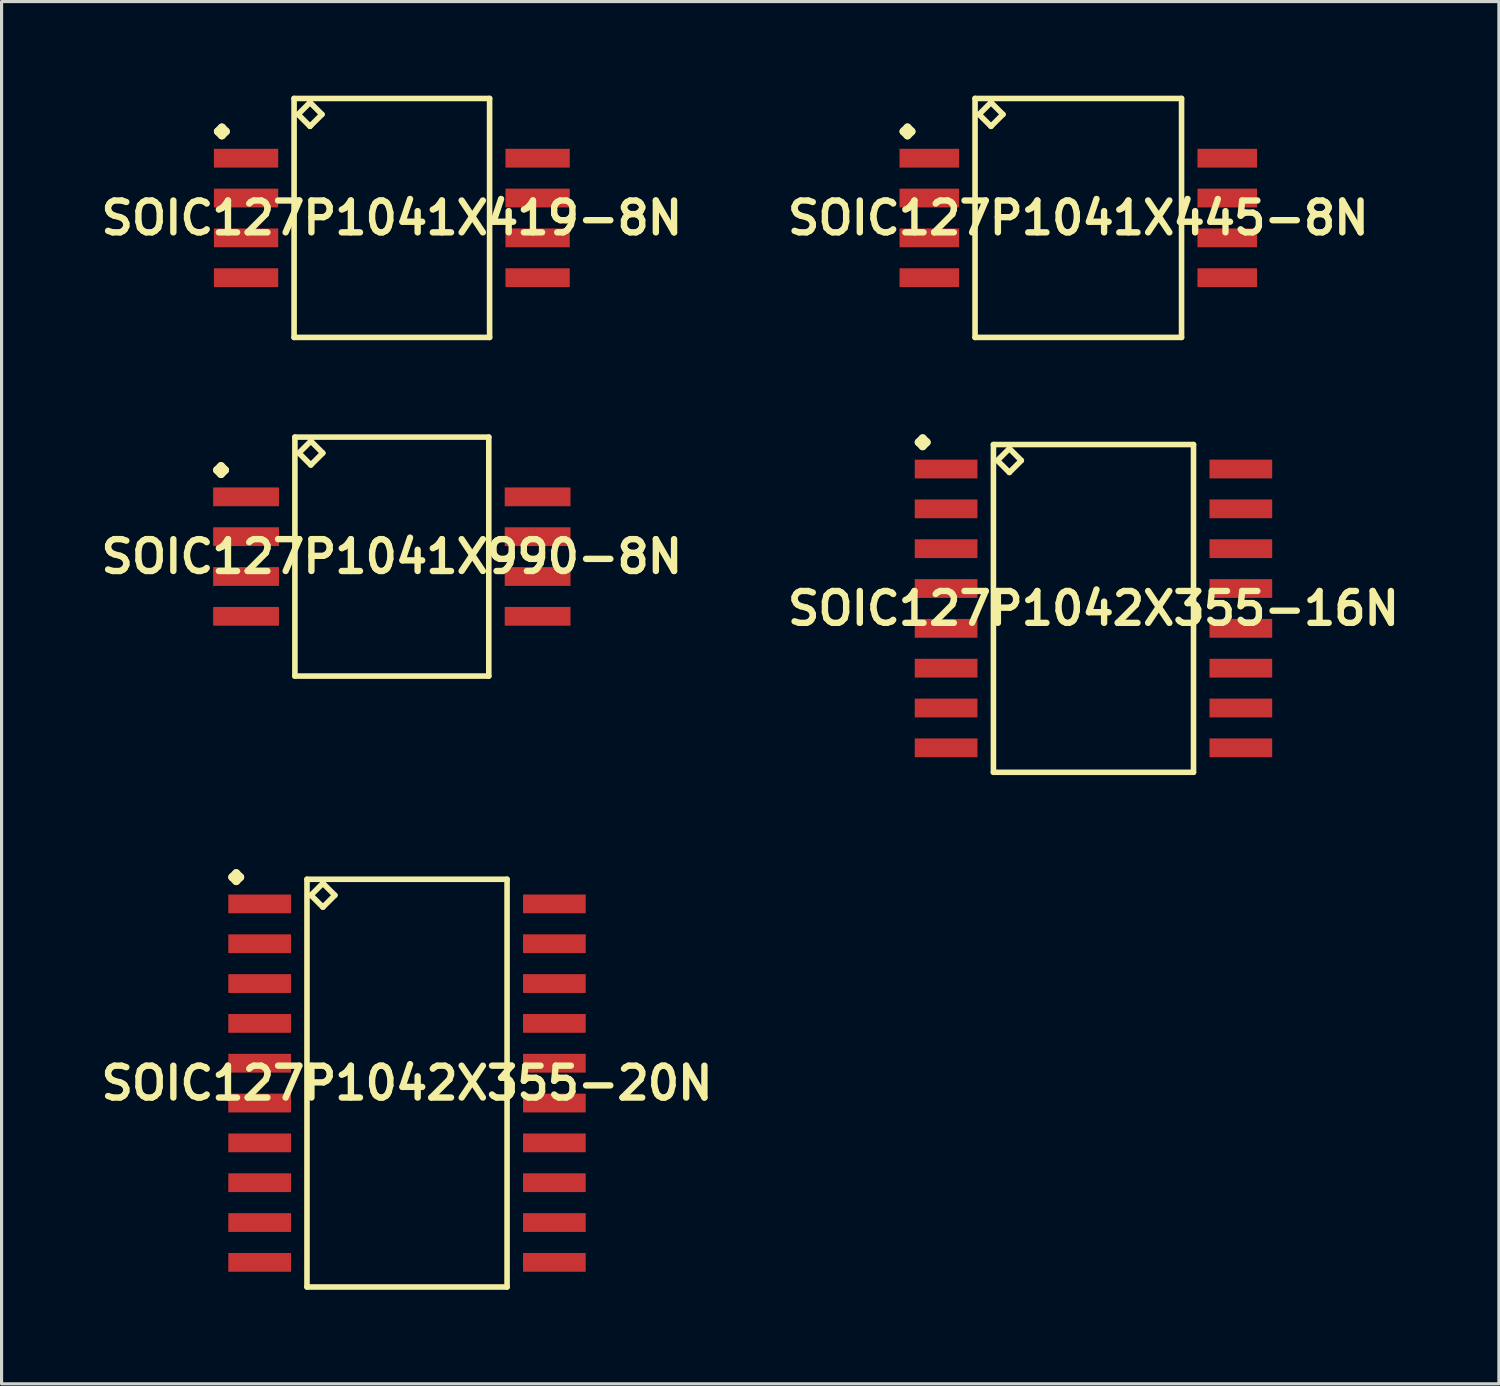
<source format=kicad_pcb>
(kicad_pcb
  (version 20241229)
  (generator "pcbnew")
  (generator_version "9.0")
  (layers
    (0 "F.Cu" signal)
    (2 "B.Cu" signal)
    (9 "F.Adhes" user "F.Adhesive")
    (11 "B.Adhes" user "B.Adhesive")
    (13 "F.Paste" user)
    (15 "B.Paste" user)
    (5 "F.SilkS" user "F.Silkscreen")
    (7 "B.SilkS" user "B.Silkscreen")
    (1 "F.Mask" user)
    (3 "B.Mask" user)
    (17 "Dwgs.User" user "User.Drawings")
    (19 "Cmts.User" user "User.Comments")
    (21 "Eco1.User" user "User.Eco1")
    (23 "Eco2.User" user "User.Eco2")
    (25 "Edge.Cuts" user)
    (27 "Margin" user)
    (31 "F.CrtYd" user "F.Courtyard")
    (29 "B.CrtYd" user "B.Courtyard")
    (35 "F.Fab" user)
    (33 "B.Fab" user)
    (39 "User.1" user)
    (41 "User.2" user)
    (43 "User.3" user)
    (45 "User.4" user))
  (footprint "SOIC127P1041X419-8N"
    (layer "F.Cu")
    (at 9.444 3.899)
    (property "Reference" "SOIC127P1041X419-8N" (at 0 0 0) (layer "F.SilkS") (effects (font (size 1.016 1.016) (thickness 0.203))))
    (attr smd)
    (fp_line (start -5.547 -2.758) (end -5.42 -2.885) (stroke (width 0.254) (type solid)) (layer "F.SilkS"))
    (fp_line (start -5.42 -2.885) (end -5.293 -2.758) (stroke (width 0.254) (type solid)) (layer "F.SilkS"))
    (fp_line (start -5.42 -2.631) (end -5.547 -2.758) (stroke (width 0.254) (type solid)) (layer "F.SilkS"))
    (fp_line (start -5.293 -2.758) (end -5.42 -2.631) (stroke (width 0.254) (type solid)) (layer "F.SilkS"))
    (fp_line (start -3.117 -3.81) (end -3.117 3.81) (stroke (width 0.178) (type solid)) (layer "F.SilkS"))
    (fp_line (start -3.117 3.81) (end 3.117 3.81) (stroke (width 0.178) (type solid)) (layer "F.SilkS"))
    (fp_line (start -2.99 -3.302) (end -2.609 -3.683) (stroke (width 0.178) (type solid)) (layer "F.SilkS"))
    (fp_line (start -2.609 -3.683) (end -2.228 -3.302) (stroke (width 0.178) (type solid)) (layer "F.SilkS"))
    (fp_line (start -2.609 -2.921) (end -2.99 -3.302) (stroke (width 0.178) (type solid)) (layer "F.SilkS"))
    (fp_line (start -2.228 -3.302) (end -2.609 -2.921) (stroke (width 0.178) (type solid)) (layer "F.SilkS"))
    (fp_line (start 3.117 -3.81) (end -3.117 -3.81) (stroke (width 0.178) (type solid)) (layer "F.SilkS"))
    (fp_line (start 3.117 3.81) (end 3.117 -3.81) (stroke (width 0.178) (type solid)) (layer "F.SilkS"))
    (pad "1" smd rect (at -4.648 -1.905) (size 2.05 0.599) (layers "F.Cu" "F.Mask" "F.Paste"))
    (pad "2" smd rect (at -4.648 -0.635) (size 2.05 0.599) (layers "F.Cu" "F.Mask" "F.Paste"))
    (pad "3" smd rect (at -4.648 0.635) (size 2.05 0.599) (layers "F.Cu" "F.Mask" "F.Paste"))
    (pad "4" smd rect (at -4.648 1.905) (size 2.05 0.599) (layers "F.Cu" "F.Mask" "F.Paste"))
    (pad "5" smd rect (at 4.648 1.905) (size 2.05 0.599) (layers "F.Cu" "F.Mask" "F.Paste"))
    (pad "6" smd rect (at 4.648 0.635) (size 2.05 0.599) (layers "F.Cu" "F.Mask" "F.Paste"))
    (pad "7" smd rect (at 4.648 -0.635) (size 2.05 0.599) (layers "F.Cu" "F.Mask" "F.Paste"))
    (pad "8" smd rect (at 4.648 -1.905) (size 2.05 0.599) (layers "F.Cu" "F.Mask" "F.Paste")))
  (footprint "SOIC127P1042X355-20N"
    (layer "F.Cu")
    (at 9.928 31.486)
    (property "Reference" "SOIC127P1042X355-20N" (at 0 0 0) (layer "F.SilkS") (effects (font (size 1.016 1.016) (thickness 0.203))))
    (attr smd)
    (fp_line (start -5.573 -6.568) (end -5.446 -6.695) (stroke (width 0.254) (type solid)) (layer "F.SilkS"))
    (fp_line (start -5.446 -6.695) (end -5.319 -6.568) (stroke (width 0.254) (type solid)) (layer "F.SilkS"))
    (fp_line (start -5.446 -6.441) (end -5.573 -6.568) (stroke (width 0.254) (type solid)) (layer "F.SilkS"))
    (fp_line (start -5.319 -6.568) (end -5.446 -6.441) (stroke (width 0.254) (type solid)) (layer "F.SilkS"))
    (fp_line (start -3.19 -6.5) (end -3.19 6.5) (stroke (width 0.178) (type solid)) (layer "F.SilkS"))
    (fp_line (start -3.19 6.5) (end 3.19 6.5) (stroke (width 0.178) (type solid)) (layer "F.SilkS"))
    (fp_line (start -3.063 -5.992) (end -2.682 -6.373) (stroke (width 0.178) (type solid)) (layer "F.SilkS"))
    (fp_line (start -2.682 -6.373) (end -2.301 -5.992) (stroke (width 0.178) (type solid)) (layer "F.SilkS"))
    (fp_line (start -2.682 -5.611) (end -3.063 -5.992) (stroke (width 0.178) (type solid)) (layer "F.SilkS"))
    (fp_line (start -2.301 -5.992) (end -2.682 -5.611) (stroke (width 0.178) (type solid)) (layer "F.SilkS"))
    (fp_line (start 3.19 -6.5) (end -3.19 -6.5) (stroke (width 0.178) (type solid)) (layer "F.SilkS"))
    (fp_line (start 3.19 6.5) (end 3.19 -6.5) (stroke (width 0.178) (type solid)) (layer "F.SilkS"))
    (pad "1" smd rect (at -4.699 -5.715) (size 1.999 0.599) (layers "F.Cu" "F.Mask" "F.Paste"))
    (pad "2" smd rect (at -4.699 -4.445) (size 1.999 0.599) (layers "F.Cu" "F.Mask" "F.Paste"))
    (pad "3" smd rect (at -4.699 -3.175) (size 1.999 0.599) (layers "F.Cu" "F.Mask" "F.Paste"))
    (pad "4" smd rect (at -4.699 -1.905) (size 1.999 0.599) (layers "F.Cu" "F.Mask" "F.Paste"))
    (pad "5" smd rect (at -4.699 -0.635) (size 1.999 0.599) (layers "F.Cu" "F.Mask" "F.Paste"))
    (pad "6" smd rect (at -4.699 0.635) (size 1.999 0.599) (layers "F.Cu" "F.Mask" "F.Paste"))
    (pad "7" smd rect (at -4.699 1.905) (size 1.999 0.599) (layers "F.Cu" "F.Mask" "F.Paste"))
    (pad "8" smd rect (at -4.699 3.175) (size 1.999 0.599) (layers "F.Cu" "F.Mask" "F.Paste"))
    (pad "9" smd rect (at -4.699 4.445) (size 1.999 0.599) (layers "F.Cu" "F.Mask" "F.Paste"))
    (pad "10" smd rect (at -4.699 5.715) (size 1.999 0.599) (layers "F.Cu" "F.Mask" "F.Paste"))
    (pad "11" smd rect (at 4.699 5.715) (size 1.999 0.599) (layers "F.Cu" "F.Mask" "F.Paste"))
    (pad "12" smd rect (at 4.699 4.445) (size 1.999 0.599) (layers "F.Cu" "F.Mask" "F.Paste"))
    (pad "13" smd rect (at 4.699 3.175) (size 1.999 0.599) (layers "F.Cu" "F.Mask" "F.Paste"))
    (pad "14" smd rect (at 4.699 1.905) (size 1.999 0.599) (layers "F.Cu" "F.Mask" "F.Paste"))
    (pad "15" smd rect (at 4.699 0.635) (size 1.999 0.599) (layers "F.Cu" "F.Mask" "F.Paste"))
    (pad "16" smd rect (at 4.699 -0.635) (size 1.999 0.599) (layers "F.Cu" "F.Mask" "F.Paste"))
    (pad "17" smd rect (at 4.699 -1.905) (size 1.999 0.599) (layers "F.Cu" "F.Mask" "F.Paste"))
    (pad "18" smd rect (at 4.699 -3.175) (size 1.999 0.599) (layers "F.Cu" "F.Mask" "F.Paste"))
    (pad "19" smd rect (at 4.699 -4.445) (size 1.999 0.599) (layers "F.Cu" "F.Mask" "F.Paste"))
    (pad "20" smd rect (at 4.699 -5.715) (size 1.999 0.599) (layers "F.Cu" "F.Mask" "F.Paste")))
  (footprint "SOIC127P1042X355-16N"
    (layer "F.Cu")
    (at 31.816 16.35)
    (property "Reference" "SOIC127P1042X355-16N" (at 0 0 0) (layer "F.SilkS") (effects (font (size 1.016 1.016) (thickness 0.203))))
    (attr smd)
    (fp_line (start -5.573 -5.298) (end -5.446 -5.425) (stroke (width 0.254) (type solid)) (layer "F.SilkS"))
    (fp_line (start -5.446 -5.425) (end -5.319 -5.298) (stroke (width 0.254) (type solid)) (layer "F.SilkS"))
    (fp_line (start -5.446 -5.171) (end -5.573 -5.298) (stroke (width 0.254) (type solid)) (layer "F.SilkS"))
    (fp_line (start -5.319 -5.298) (end -5.446 -5.171) (stroke (width 0.254) (type solid)) (layer "F.SilkS"))
    (fp_line (start -3.19 -5.225) (end -3.19 5.225) (stroke (width 0.178) (type solid)) (layer "F.SilkS"))
    (fp_line (start -3.19 5.225) (end 3.19 5.225) (stroke (width 0.178) (type solid)) (layer "F.SilkS"))
    (fp_line (start -3.063 -4.717) (end -2.682 -5.098) (stroke (width 0.178) (type solid)) (layer "F.SilkS"))
    (fp_line (start -2.682 -5.098) (end -2.301 -4.717) (stroke (width 0.178) (type solid)) (layer "F.SilkS"))
    (fp_line (start -2.682 -4.336) (end -3.063 -4.717) (stroke (width 0.178) (type solid)) (layer "F.SilkS"))
    (fp_line (start -2.301 -4.717) (end -2.682 -4.336) (stroke (width 0.178) (type solid)) (layer "F.SilkS"))
    (fp_line (start 3.19 -5.225) (end -3.19 -5.225) (stroke (width 0.178) (type solid)) (layer "F.SilkS"))
    (fp_line (start 3.19 5.225) (end 3.19 -5.225) (stroke (width 0.178) (type solid)) (layer "F.SilkS"))
    (pad "1" smd rect (at -4.699 -4.445) (size 1.999 0.599) (layers "F.Cu" "F.Mask" "F.Paste"))
    (pad "2" smd rect (at -4.699 -3.175) (size 1.999 0.599) (layers "F.Cu" "F.Mask" "F.Paste"))
    (pad "3" smd rect (at -4.699 -1.905) (size 1.999 0.599) (layers "F.Cu" "F.Mask" "F.Paste"))
    (pad "4" smd rect (at -4.699 -0.635) (size 1.999 0.599) (layers "F.Cu" "F.Mask" "F.Paste"))
    (pad "5" smd rect (at -4.699 0.635) (size 1.999 0.599) (layers "F.Cu" "F.Mask" "F.Paste"))
    (pad "6" smd rect (at -4.699 1.905) (size 1.999 0.599) (layers "F.Cu" "F.Mask" "F.Paste"))
    (pad "7" smd rect (at -4.699 3.175) (size 1.999 0.599) (layers "F.Cu" "F.Mask" "F.Paste"))
    (pad "8" smd rect (at -4.699 4.445) (size 1.999 0.599) (layers "F.Cu" "F.Mask" "F.Paste"))
    (pad "9" smd rect (at 4.699 4.445) (size 1.999 0.599) (layers "F.Cu" "F.Mask" "F.Paste"))
    (pad "10" smd rect (at 4.699 3.175) (size 1.999 0.599) (layers "F.Cu" "F.Mask" "F.Paste"))
    (pad "11" smd rect (at 4.699 1.905) (size 1.999 0.599) (layers "F.Cu" "F.Mask" "F.Paste"))
    (pad "12" smd rect (at 4.699 0.635) (size 1.999 0.599) (layers "F.Cu" "F.Mask" "F.Paste"))
    (pad "13" smd rect (at 4.699 -0.635) (size 1.999 0.599) (layers "F.Cu" "F.Mask" "F.Paste"))
    (pad "14" smd rect (at 4.699 -1.905) (size 1.999 0.599) (layers "F.Cu" "F.Mask" "F.Paste"))
    (pad "15" smd rect (at 4.699 -3.175) (size 1.999 0.599) (layers "F.Cu" "F.Mask" "F.Paste"))
    (pad "16" smd rect (at 4.699 -4.445) (size 1.999 0.599) (layers "F.Cu" "F.Mask" "F.Paste")))
  (footprint "SOIC127P1041X990-8N"
    (layer "F.Cu")
    (at 9.444 14.697)
    (property "Reference" "SOIC127P1041X990-8N" (at 0 0 0) (layer "F.SilkS") (effects (font (size 1.016 1.016) (thickness 0.203))))
    (attr smd)
    (fp_line (start -5.573 -2.758) (end -5.446 -2.885) (stroke (width 0.254) (type solid)) (layer "F.SilkS"))
    (fp_line (start -5.446 -2.885) (end -5.319 -2.758) (stroke (width 0.254) (type solid)) (layer "F.SilkS"))
    (fp_line (start -5.446 -2.631) (end -5.573 -2.758) (stroke (width 0.254) (type solid)) (layer "F.SilkS"))
    (fp_line (start -5.319 -2.758) (end -5.446 -2.631) (stroke (width 0.254) (type solid)) (layer "F.SilkS"))
    (fp_line (start -3.091 -3.81) (end -3.091 3.81) (stroke (width 0.178) (type solid)) (layer "F.SilkS"))
    (fp_line (start -3.091 3.81) (end 3.091 3.81) (stroke (width 0.178) (type solid)) (layer "F.SilkS"))
    (fp_line (start -2.964 -3.302) (end -2.583 -3.683) (stroke (width 0.178) (type solid)) (layer "F.SilkS"))
    (fp_line (start -2.583 -3.683) (end -2.202 -3.302) (stroke (width 0.178) (type solid)) (layer "F.SilkS"))
    (fp_line (start -2.583 -2.921) (end -2.964 -3.302) (stroke (width 0.178) (type solid)) (layer "F.SilkS"))
    (fp_line (start -2.202 -3.302) (end -2.583 -2.921) (stroke (width 0.178) (type solid)) (layer "F.SilkS"))
    (fp_line (start 3.091 -3.81) (end -3.091 -3.81) (stroke (width 0.178) (type solid)) (layer "F.SilkS"))
    (fp_line (start 3.091 3.81) (end 3.091 -3.81) (stroke (width 0.178) (type solid)) (layer "F.SilkS"))
    (pad "1" smd rect (at -4.648 -1.905) (size 2.098 0.599) (layers "F.Cu" "F.Mask" "F.Paste"))
    (pad "2" smd rect (at -4.648 -0.635) (size 2.098 0.599) (layers "F.Cu" "F.Mask" "F.Paste"))
    (pad "3" smd rect (at -4.648 0.635) (size 2.098 0.599) (layers "F.Cu" "F.Mask" "F.Paste"))
    (pad "4" smd rect (at -4.648 1.905) (size 2.098 0.599) (layers "F.Cu" "F.Mask" "F.Paste"))
    (pad "5" smd rect (at 4.648 1.905) (size 2.098 0.599) (layers "F.Cu" "F.Mask" "F.Paste"))
    (pad "6" smd rect (at 4.648 0.635) (size 2.098 0.599) (layers "F.Cu" "F.Mask" "F.Paste"))
    (pad "7" smd rect (at 4.648 -0.635) (size 2.098 0.599) (layers "F.Cu" "F.Mask" "F.Paste"))
    (pad "8" smd rect (at 4.648 -1.905) (size 2.098 0.599) (layers "F.Cu" "F.Mask" "F.Paste")))
  (footprint "SOIC127P1041X445-8N"
    (layer "F.Cu")
    (at 31.332 3.899)
    (property "Reference" "SOIC127P1041X445-8N" (at 0 0 0) (layer "F.SilkS") (effects (font (size 1.016 1.016) (thickness 0.203))))
    (attr smd)
    (fp_line (start -5.573 -2.758) (end -5.446 -2.885) (stroke (width 0.254) (type solid)) (layer "F.SilkS"))
    (fp_line (start -5.446 -2.885) (end -5.319 -2.758) (stroke (width 0.254) (type solid)) (layer "F.SilkS"))
    (fp_line (start -5.446 -2.631) (end -5.573 -2.758) (stroke (width 0.254) (type solid)) (layer "F.SilkS"))
    (fp_line (start -5.319 -2.758) (end -5.446 -2.631) (stroke (width 0.254) (type solid)) (layer "F.SilkS"))
    (fp_line (start -3.292 -3.81) (end -3.292 3.81) (stroke (width 0.178) (type solid)) (layer "F.SilkS"))
    (fp_line (start -3.292 3.81) (end 3.292 3.81) (stroke (width 0.178) (type solid)) (layer "F.SilkS"))
    (fp_line (start -3.165 -3.302) (end -2.784 -3.683) (stroke (width 0.178) (type solid)) (layer "F.SilkS"))
    (fp_line (start -2.784 -3.683) (end -2.403 -3.302) (stroke (width 0.178) (type solid)) (layer "F.SilkS"))
    (fp_line (start -2.784 -2.921) (end -3.165 -3.302) (stroke (width 0.178) (type solid)) (layer "F.SilkS"))
    (fp_line (start -2.403 -3.302) (end -2.784 -2.921) (stroke (width 0.178) (type solid)) (layer "F.SilkS"))
    (fp_line (start 3.292 -3.81) (end -3.292 -3.81) (stroke (width 0.178) (type solid)) (layer "F.SilkS"))
    (fp_line (start 3.292 3.81) (end 3.292 -3.81) (stroke (width 0.178) (type solid)) (layer "F.SilkS"))
    (pad "1" smd rect (at -4.75 -1.905) (size 1.9 0.599) (layers "F.Cu" "F.Mask" "F.Paste"))
    (pad "2" smd rect (at -4.75 -0.635) (size 1.9 0.599) (layers "F.Cu" "F.Mask" "F.Paste"))
    (pad "3" smd rect (at -4.75 0.635) (size 1.9 0.599) (layers "F.Cu" "F.Mask" "F.Paste"))
    (pad "4" smd rect (at -4.75 1.905) (size 1.9 0.599) (layers "F.Cu" "F.Mask" "F.Paste"))
    (pad "5" smd rect (at 4.75 1.905) (size 1.9 0.599) (layers "F.Cu" "F.Mask" "F.Paste"))
    (pad "6" smd rect (at 4.75 0.635) (size 1.9 0.599) (layers "F.Cu" "F.Mask" "F.Paste"))
    (pad "7" smd rect (at 4.75 -0.635) (size 1.9 0.599) (layers "F.Cu" "F.Mask" "F.Paste"))
    (pad "8" smd rect (at 4.75 -1.905) (size 1.9 0.599) (layers "F.Cu" "F.Mask" "F.Paste")))
  (gr_rect
    (start -3 -3)
    (end 44.743 41.075)
    (stroke (width 0.1) (type default))
    (fill no)
    (layer "Edge.Cuts")))
</source>
